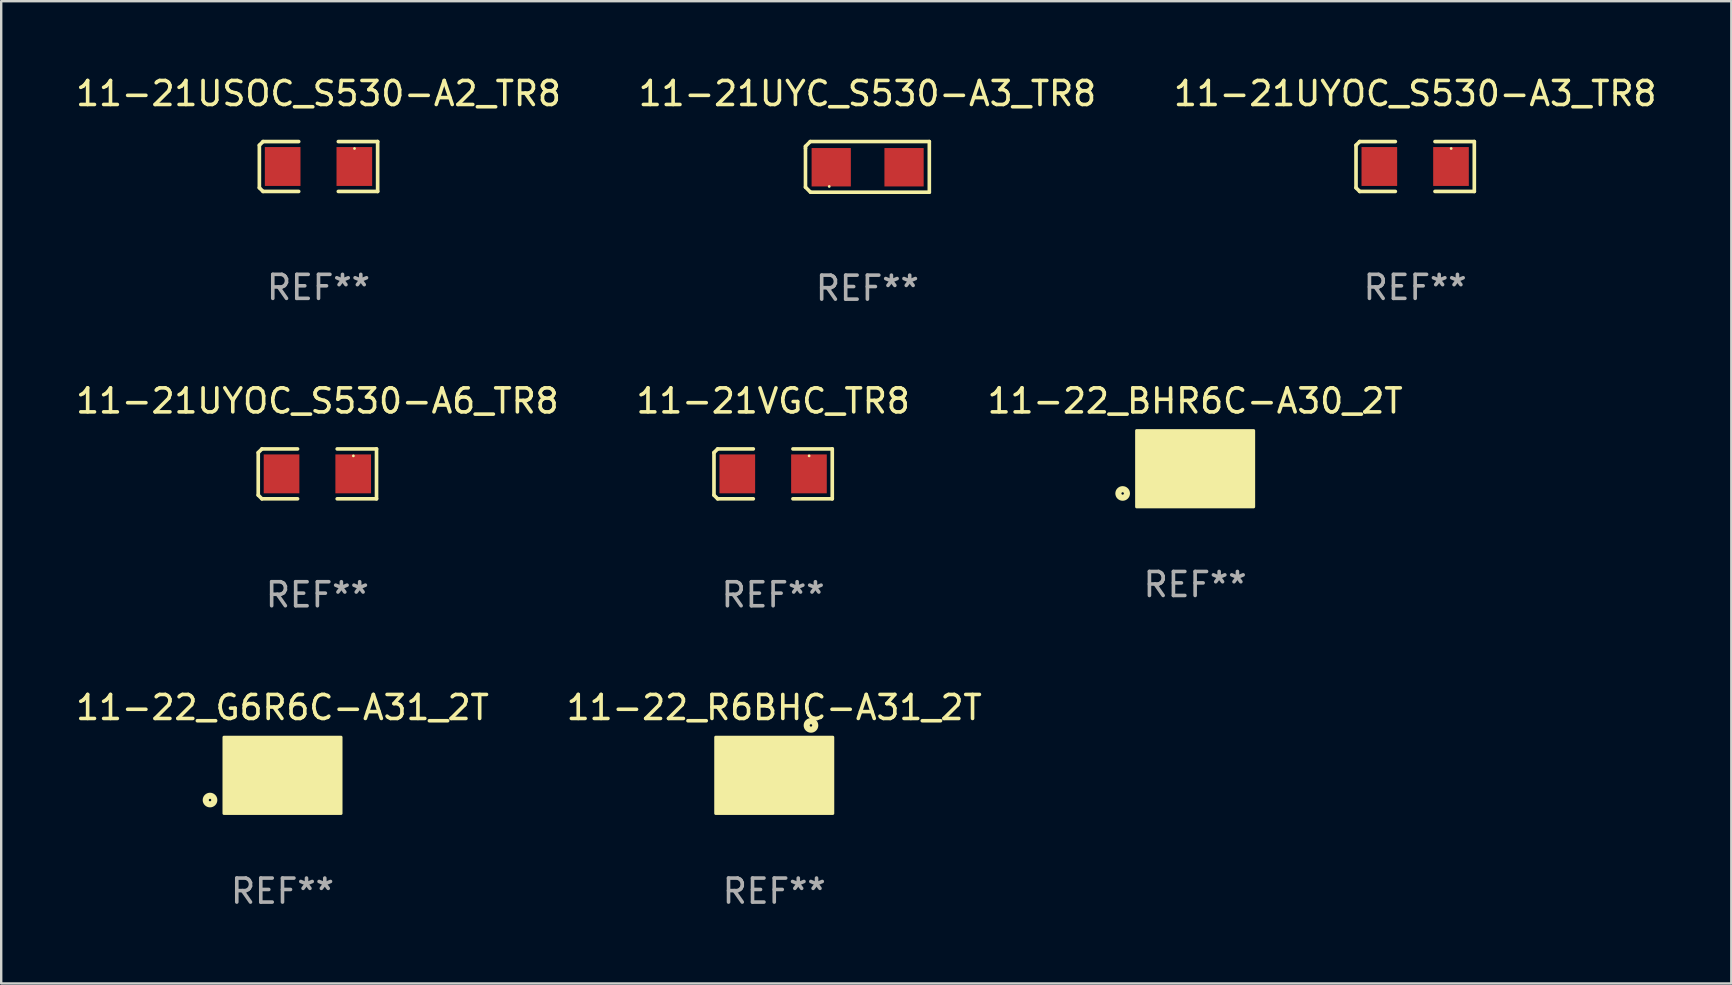
<source format=kicad_pcb>
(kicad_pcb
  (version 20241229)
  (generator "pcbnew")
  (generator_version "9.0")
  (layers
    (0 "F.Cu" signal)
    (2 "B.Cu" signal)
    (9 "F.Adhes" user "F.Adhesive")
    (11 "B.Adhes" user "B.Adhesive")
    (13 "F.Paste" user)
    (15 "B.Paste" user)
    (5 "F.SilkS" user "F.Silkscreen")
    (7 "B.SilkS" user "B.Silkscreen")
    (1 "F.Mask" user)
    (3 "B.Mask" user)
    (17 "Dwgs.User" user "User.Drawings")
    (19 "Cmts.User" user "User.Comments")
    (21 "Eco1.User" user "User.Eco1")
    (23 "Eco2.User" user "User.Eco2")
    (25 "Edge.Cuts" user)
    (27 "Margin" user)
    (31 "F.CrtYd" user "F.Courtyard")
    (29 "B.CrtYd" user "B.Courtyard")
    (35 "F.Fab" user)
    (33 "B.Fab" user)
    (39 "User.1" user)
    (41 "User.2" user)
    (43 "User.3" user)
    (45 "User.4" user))
  (footprint "11-21UYC_S530-A3_TR8"
    (layer "F.Cu")
    (at 33.089 3.903)
    (property "Reference" "11-21UYC_S530-A3_TR8" (at 0 -3.055 0) (layer "F.SilkS") (effects (font (size 1 1) (thickness 0.15))))
    (attr through_hole)
    (fp_line (start -2.58 -0.855) (end -2.38 -1.055) (stroke (width 0.15) (type solid)) (layer "F.SilkS"))
    (fp_line (start -2.58 -0.775) (end -2.58 -0.855) (stroke (width 0.15) (type solid)) (layer "F.SilkS"))
    (fp_line (start -2.58 -0.775) (end -2.58 0.845) (stroke (width 0.15) (type solid)) (layer "F.SilkS"))
    (fp_line (start -2.58 0.845) (end -2.37 1.055) (stroke (width 0.15) (type solid)) (layer "F.SilkS"))
    (fp_line (start -2.38 -1.055) (end 2.58 -1.055) (stroke (width 0.15) (type solid)) (layer "F.SilkS"))
    (fp_line (start 2.58 -1.055) (end 2.58 1.055) (stroke (width 0.15) (type solid)) (layer "F.SilkS"))
    (fp_line (start 2.58 1.055) (end -2.37 1.055) (stroke (width 0.15) (type solid)) (layer "F.SilkS"))
    (fp_circle (center -1.59 0.815) (end -1.56 0.815) (stroke (width 0.06) (type solid)) (fill no) (layer "F.SilkS"))
    (fp_text user "REF**" (at 0 5.055 0) (layer "F.Fab") (effects (font (size 1 1) (thickness 0.15))))
    (pad "1" smd rect (at -1.507 0.015) (size 1.635 1.6) (layers "F.Cu" "F.Mask" "F.Paste"))
    (pad "2" smd rect (at 1.527 0.015) (size 1.635 1.6) (layers "F.Cu" "F.Mask" "F.Paste")))
  (footprint "11-21UYOC_S530-A3_TR8"
    (layer "F.Cu")
    (at 55.911 3.887)
    (property "Reference" "11-21UYOC_S530-A3_TR8" (at 0 -3.039 0) (layer "F.SilkS") (effects (font (size 1 1) (thickness 0.15))))
    (attr through_hole)
    (fp_line (start -2.464 -0.886) (end -2.311 -1.039) (stroke (width 0.152) (type solid)) (layer "F.SilkS"))
    (fp_line (start -2.464 0.886) (end -2.464 -0.886) (stroke (width 0.152) (type solid)) (layer "F.SilkS"))
    (fp_line (start -2.311 -1.039) (end -0.826 -1.039) (stroke (width 0.152) (type solid)) (layer "F.SilkS"))
    (fp_line (start -2.311 1.039) (end -2.464 0.886) (stroke (width 0.152) (type solid)) (layer "F.SilkS"))
    (fp_line (start -0.826 1.039) (end -2.311 1.039) (stroke (width 0.152) (type solid)) (layer "F.SilkS"))
    (fp_line (start 0.826 1.039) (end 2.464 1.039) (stroke (width 0.152) (type solid)) (layer "F.SilkS"))
    (fp_line (start 2.464 -1.039) (end 0.826 -1.039) (stroke (width 0.152) (type solid)) (layer "F.SilkS"))
    (fp_line (start 2.464 1.039) (end 2.464 -1.039) (stroke (width 0.152) (type solid)) (layer "F.SilkS"))
    (fp_circle (center 1.5 -0.75) (end 1.53 -0.75) (stroke (width 0.06) (type solid)) (fill no) (layer "F.SilkS"))
    (fp_text user "REF**" (at 0 5.039 0) (layer "F.Fab") (effects (font (size 1 1) (thickness 0.15))))
    (pad "1" smd rect (at 1.493 0) (size 1.485 1.62) (layers "F.Cu" "F.Mask" "F.Paste"))
    (pad "2" smd rect (at -1.493 0) (size 1.485 1.62) (layers "F.Cu" "F.Mask" "F.Paste")))
  (footprint "11-21VGC_TR8"
    (layer "F.Cu")
    (at 29.161 16.693)
    (property "Reference" "11-21VGC_TR8" (at 0 -3.039 0) (layer "F.SilkS") (effects (font (size 1 1) (thickness 0.15))))
    (attr through_hole)
    (fp_line (start -2.464 -0.886) (end -2.311 -1.039) (stroke (width 0.152) (type solid)) (layer "F.SilkS"))
    (fp_line (start -2.464 0.886) (end -2.464 -0.886) (stroke (width 0.152) (type solid)) (layer "F.SilkS"))
    (fp_line (start -2.311 -1.039) (end -0.826 -1.039) (stroke (width 0.152) (type solid)) (layer "F.SilkS"))
    (fp_line (start -2.311 1.039) (end -2.464 0.886) (stroke (width 0.152) (type solid)) (layer "F.SilkS"))
    (fp_line (start -0.826 1.039) (end -2.311 1.039) (stroke (width 0.152) (type solid)) (layer "F.SilkS"))
    (fp_line (start 0.826 1.039) (end 2.464 1.039) (stroke (width 0.152) (type solid)) (layer "F.SilkS"))
    (fp_line (start 2.464 -1.039) (end 0.826 -1.039) (stroke (width 0.152) (type solid)) (layer "F.SilkS"))
    (fp_line (start 2.464 1.039) (end 2.464 -1.039) (stroke (width 0.152) (type solid)) (layer "F.SilkS"))
    (fp_circle (center 1.5 -0.75) (end 1.53 -0.75) (stroke (width 0.06) (type solid)) (fill no) (layer "F.SilkS"))
    (fp_text user "REF**" (at 0 5.039 0) (layer "F.Fab") (effects (font (size 1 1) (thickness 0.15))))
    (pad "1" smd rect (at 1.493 0.000051) (size 1.485 1.62) (layers "F.Cu" "F.Mask" "F.Paste"))
    (pad "2" smd rect (at -1.492 0.000051) (size 1.485 1.62) (layers "F.Cu" "F.Mask" "F.Paste")))
  (footprint "11-21UYOC_S530-A6_TR8"
    (layer "F.Cu")
    (at 10.173 16.693)
    (property "Reference" "11-21UYOC_S530-A6_TR8" (at 0 -3.039 0) (layer "F.SilkS") (effects (font (size 1 1) (thickness 0.15))))
    (attr through_hole)
    (fp_line (start -2.464 -0.886) (end -2.311 -1.039) (stroke (width 0.152) (type solid)) (layer "F.SilkS"))
    (fp_line (start -2.464 0.886) (end -2.464 -0.886) (stroke (width 0.152) (type solid)) (layer "F.SilkS"))
    (fp_line (start -2.311 -1.039) (end -0.826 -1.039) (stroke (width 0.152) (type solid)) (layer "F.SilkS"))
    (fp_line (start -2.311 1.039) (end -2.464 0.886) (stroke (width 0.152) (type solid)) (layer "F.SilkS"))
    (fp_line (start -0.826 1.039) (end -2.311 1.039) (stroke (width 0.152) (type solid)) (layer "F.SilkS"))
    (fp_line (start 0.826 1.039) (end 2.464 1.039) (stroke (width 0.152) (type solid)) (layer "F.SilkS"))
    (fp_line (start 2.464 -1.039) (end 0.826 -1.039) (stroke (width 0.152) (type solid)) (layer "F.SilkS"))
    (fp_line (start 2.464 1.039) (end 2.464 -1.039) (stroke (width 0.152) (type solid)) (layer "F.SilkS"))
    (fp_circle (center 1.5 -0.75) (end 1.53 -0.75) (stroke (width 0.06) (type solid)) (fill no) (layer "F.SilkS"))
    (fp_text user "REF**" (at 0 5.039 0) (layer "F.Fab") (effects (font (size 1 1) (thickness 0.15))))
    (pad "1" smd rect (at 1.493 0) (size 1.485 1.62) (layers "F.Cu" "F.Mask" "F.Paste"))
    (pad "2" smd rect (at -1.493 0) (size 1.485 1.62) (layers "F.Cu" "F.Mask" "F.Paste")))
  (footprint "11-22_R6BHC-A31_2T"
    (layer "F.Cu")
    (at 29.208 29.253)
    (property "Reference" "11-22_R6BHC-A31_2T" (at 0 -2.825 0) (layer "F.SilkS") (effects (font (size 1 1) (thickness 0.15))))
    (attr through_hole)
    (fp_circle (center 1.51 -1.25) (end 1.54 -1.25) (stroke (width 0.06) (type solid)) (fill no) (layer "F.SilkS"))
    (fp_circle (center 1.53 -2.08) (end 1.708 -2.08) (stroke (width 0.254) (type solid)) (fill no) (layer "F.SilkS"))
    (fp_poly (pts (xy -2.44 -1.59) (xy 2.44 -1.59) (xy 2.44 1.59) (xy -2.44 1.59)) (stroke (width 0.12) (type solid)) (fill yes) (layer "F.SilkS"))
    (fp_poly (pts (xy -0.965 -0.077) (xy -0.203 -0.077) (xy -0.203 0.076) (xy -0.965 0.076)) (stroke (width 0.12) (type solid)) (fill yes) (layer "F.SilkS"))
    (fp_poly (pts (xy -0.076 -0.889) (xy 0.178 -0.889) (xy 0.178 0.889) (xy -0.076 0.889)) (stroke (width 0.12) (type solid)) (fill yes) (layer "F.SilkS"))
    (fp_text user "REF**" (at 0 4.825 0) (layer "F.Fab") (effects (font (size 1 1) (thickness 0.15))))
    (pad "1" smd rect (at 1.35 -0.825 180) (size 1.7 1.05) (layers "F.Cu" "F.Mask" "F.Paste"))
    (pad "2" smd rect (at -1.35 -0.825 180) (size 1.7 1.05) (layers "F.Cu" "F.Mask" "F.Paste"))
    (pad "3" smd rect (at 1.35 0.825 180) (size 1.7 1.05) (layers "F.Cu" "F.Mask" "F.Paste"))
    (pad "4" smd rect (at -1.35 0.824 180) (size 1.7 1.05) (layers "F.Cu" "F.Mask" "F.Paste")))
  (footprint "11-22_G6R6C-A31_2T"
    (layer "F.Cu")
    (at 8.72 29.253)
    (property "Reference" "11-22_G6R6C-A31_2T" (at 0 -2.825 0) (layer "F.SilkS") (effects (font (size 1 1) (thickness 0.15))))
    (attr through_hole)
    (fp_circle (center -3.02 1.03) (end -2.842 1.03) (stroke (width 0.254) (type solid)) (fill no) (layer "F.SilkS"))
    (fp_circle (center -1.5 1.25) (end -1.47 1.25) (stroke (width 0.06) (type solid)) (fill no) (layer "F.SilkS"))
    (fp_poly (pts (xy -2.44 -1.59) (xy 2.44 -1.59) (xy 2.44 1.59) (xy -2.44 1.59)) (stroke (width 0.12) (type solid)) (fill yes) (layer "F.SilkS"))
    (fp_poly (pts (xy -0.965 -0.077) (xy -0.203 -0.077) (xy -0.203 0.076) (xy -0.965 0.076)) (stroke (width 0.12) (type solid)) (fill yes) (layer "F.SilkS"))
    (fp_poly (pts (xy -0.076 -0.889) (xy 0.178 -0.889) (xy 0.178 0.889) (xy -0.076 0.889)) (stroke (width 0.12) (type solid)) (fill yes) (layer "F.SilkS"))
    (fp_text user "REF**" (at 0 4.825 0) (layer "F.Fab") (effects (font (size 1 1) (thickness 0.15))))
    (pad "1" smd rect (at -1.35 0.824) (size 1.7 1.05) (layers "F.Cu" "F.Mask" "F.Paste"))
    (pad "2" smd rect (at -1.35 -0.825) (size 1.7 1.05) (layers "F.Cu" "F.Mask" "F.Paste"))
    (pad "3" smd rect (at 1.35 -0.825) (size 1.7 1.05) (layers "F.Cu" "F.Mask" "F.Paste"))
    (pad "4" smd rect (at 1.35 0.825) (size 1.7 1.05) (layers "F.Cu" "F.Mask" "F.Paste")))
  (footprint "11-22_BHR6C-A30_2T"
    (layer "F.Cu")
    (at 46.744 16.479)
    (property "Reference" "11-22_BHR6C-A30_2T" (at 0 -2.825 0) (layer "F.SilkS") (effects (font (size 1 1) (thickness 0.15))))
    (attr through_hole)
    (fp_circle (center -3.02 1.03) (end -2.842 1.03) (stroke (width 0.254) (type solid)) (fill no) (layer "F.SilkS"))
    (fp_circle (center -1.5 1.25) (end -1.47 1.25) (stroke (width 0.06) (type solid)) (fill no) (layer "F.SilkS"))
    (fp_poly (pts (xy -2.44 -1.59) (xy 2.44 -1.59) (xy 2.44 1.59) (xy -2.44 1.59)) (stroke (width 0.12) (type solid)) (fill yes) (layer "F.SilkS"))
    (fp_poly (pts (xy -0.965 -0.077) (xy -0.203 -0.077) (xy -0.203 0.076) (xy -0.965 0.076)) (stroke (width 0.12) (type solid)) (fill yes) (layer "F.SilkS"))
    (fp_poly (pts (xy -0.076 -0.889) (xy 0.178 -0.889) (xy 0.178 0.889) (xy -0.076 0.889)) (stroke (width 0.12) (type solid)) (fill yes) (layer "F.SilkS"))
    (fp_text user "REF**" (at 0 4.825 0) (layer "F.Fab") (effects (font (size 1 1) (thickness 0.15))))
    (pad "1" smd rect (at -1.35 0.824) (size 1.7 1.05) (layers "F.Cu" "F.Mask" "F.Paste"))
    (pad "2" smd rect (at -1.35 -0.825) (size 1.7 1.05) (layers "F.Cu" "F.Mask" "F.Paste"))
    (pad "3" smd rect (at 1.35 -0.825) (size 1.7 1.05) (layers "F.Cu" "F.Mask" "F.Paste"))
    (pad "4" smd rect (at 1.35 0.825) (size 1.7 1.05) (layers "F.Cu" "F.Mask" "F.Paste")))
  (footprint "11-21USOC_S530-A2_TR8"
    (layer "F.Cu")
    (at 10.22 3.887)
    (property "Reference" "11-21USOC_S530-A2_TR8" (at 0 -3.039 0) (layer "F.SilkS") (effects (font (size 1 1) (thickness 0.15))))
    (attr through_hole)
    (fp_line (start -2.464 -0.886) (end -2.311 -1.039) (stroke (width 0.152) (type solid)) (layer "F.SilkS"))
    (fp_line (start -2.464 0.886) (end -2.464 -0.886) (stroke (width 0.152) (type solid)) (layer "F.SilkS"))
    (fp_line (start -2.311 -1.039) (end -0.826 -1.039) (stroke (width 0.152) (type solid)) (layer "F.SilkS"))
    (fp_line (start -2.311 1.039) (end -2.464 0.886) (stroke (width 0.152) (type solid)) (layer "F.SilkS"))
    (fp_line (start -0.826 1.039) (end -2.311 1.039) (stroke (width 0.152) (type solid)) (layer "F.SilkS"))
    (fp_line (start 0.826 1.039) (end 2.464 1.039) (stroke (width 0.152) (type solid)) (layer "F.SilkS"))
    (fp_line (start 2.464 -1.039) (end 0.826 -1.039) (stroke (width 0.152) (type solid)) (layer "F.SilkS"))
    (fp_line (start 2.464 1.039) (end 2.464 -1.039) (stroke (width 0.152) (type solid)) (layer "F.SilkS"))
    (fp_circle (center 1.5 -0.75) (end 1.53 -0.75) (stroke (width 0.06) (type solid)) (fill no) (layer "F.SilkS"))
    (fp_text user "REF**" (at 0 5.039 0) (layer "F.Fab") (effects (font (size 1 1) (thickness 0.15))))
    (pad "1" smd rect (at 1.493 0) (size 1.485 1.62) (layers "F.Cu" "F.Mask" "F.Paste"))
    (pad "2" smd rect (at -1.493 0) (size 1.485 1.62) (layers "F.Cu" "F.Mask" "F.Paste")))
  (gr_rect
    (start -3 -3)
    (end 69.083 37.926)
    (stroke (width 0.1) (type default))
    (fill no)
    (layer "Edge.Cuts")))
</source>
